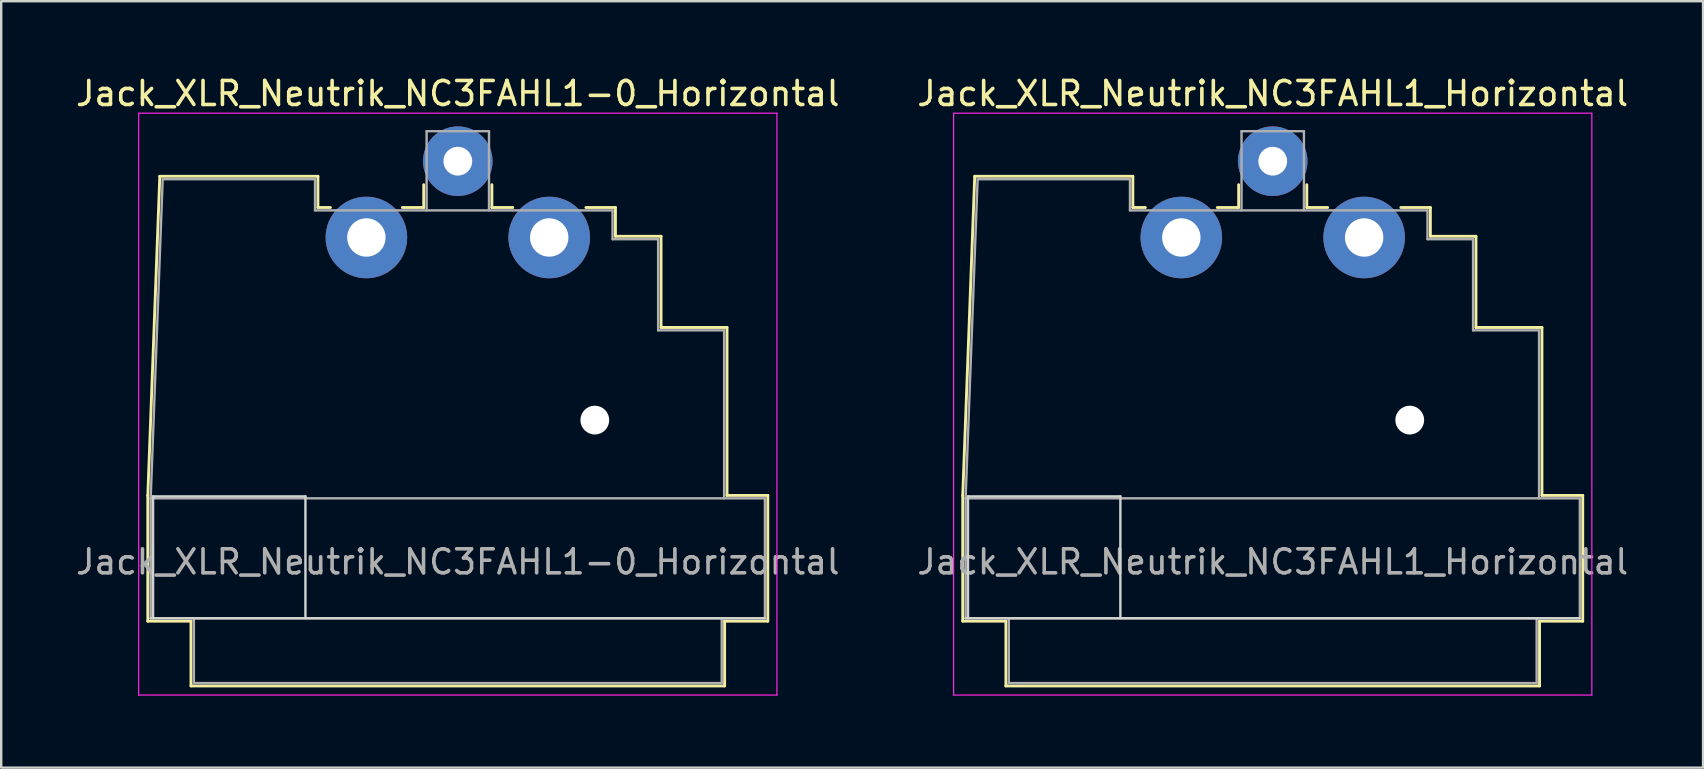
<source format=kicad_pcb>
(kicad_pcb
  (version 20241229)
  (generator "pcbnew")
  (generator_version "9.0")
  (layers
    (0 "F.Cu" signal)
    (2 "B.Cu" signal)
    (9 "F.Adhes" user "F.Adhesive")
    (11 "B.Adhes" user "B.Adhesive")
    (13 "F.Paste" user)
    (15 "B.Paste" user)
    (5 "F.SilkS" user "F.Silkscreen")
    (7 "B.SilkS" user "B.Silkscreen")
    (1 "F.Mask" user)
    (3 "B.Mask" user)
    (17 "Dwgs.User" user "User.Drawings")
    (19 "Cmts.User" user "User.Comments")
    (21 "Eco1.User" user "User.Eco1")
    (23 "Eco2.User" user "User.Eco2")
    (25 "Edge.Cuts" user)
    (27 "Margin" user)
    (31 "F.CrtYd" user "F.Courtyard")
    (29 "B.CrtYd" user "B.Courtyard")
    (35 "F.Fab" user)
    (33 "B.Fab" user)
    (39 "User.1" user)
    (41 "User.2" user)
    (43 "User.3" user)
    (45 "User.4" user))
  (footprint "Jack_XLR_Neutrik_NC3FAHL1-0_Horizontal"
    (layer "F.Cu")
    (at 12.22 6.848)
    (property "Reference" "Jack_XLR_Neutrik_NC3FAHL1-0_Horizontal" (at 3.81 -6 0) (layer "F.SilkS") (effects (font (size 1 1) (thickness 0.15))))
    (attr through_hole)
    (fp_line (start -9.11 10.75) (end -8.61 -2.55) (stroke (width 0.12) (type solid)) (layer "F.SilkS"))
    (fp_line (start -9.11 15.99) (end -9.11 10.75) (stroke (width 0.12) (type solid)) (layer "F.SilkS"))
    (fp_line (start -8.61 -2.55) (end -2.02 -2.55) (stroke (width 0.12) (type solid)) (layer "F.SilkS"))
    (fp_line (start -7.31 15.99) (end -9.11 15.99) (stroke (width 0.12) (type solid)) (layer "F.SilkS"))
    (fp_line (start -7.31 15.99) (end -7.31 18.69) (stroke (width 0.12) (type solid)) (layer "F.SilkS"))
    (fp_line (start -2.02 -2.55) (end -2.02 -1.25) (stroke (width 0.12) (type solid)) (layer "F.SilkS"))
    (fp_line (start -2.02 -1.25) (end -1.5 -1.25) (stroke (width 0.12) (type solid)) (layer "F.SilkS"))
    (fp_line (start 1.5 -1.25) (end 2.39 -1.25) (stroke (width 0.12) (type solid)) (layer "F.SilkS"))
    (fp_line (start 2.39 -1.25) (end 2.39 -2.2) (stroke (width 0.12) (type solid)) (layer "F.SilkS"))
    (fp_line (start 5.23 -1.25) (end 5.23 -2.2) (stroke (width 0.12) (type solid)) (layer "F.SilkS"))
    (fp_line (start 5.23 -1.25) (end 6.1 -1.25) (stroke (width 0.12) (type solid)) (layer "F.SilkS"))
    (fp_line (start 9.15 -1.25) (end 10.38 -1.25) (stroke (width 0.12) (type solid)) (layer "F.SilkS"))
    (fp_line (start 10.38 -0.05) (end 10.38 -1.25) (stroke (width 0.12) (type solid)) (layer "F.SilkS"))
    (fp_line (start 10.38 -0.05) (end 12.28 -0.05) (stroke (width 0.12) (type solid)) (layer "F.SilkS"))
    (fp_line (start 12.28 3.75) (end 12.28 -0.05) (stroke (width 0.12) (type solid)) (layer "F.SilkS"))
    (fp_line (start 12.28 3.75) (end 15.03 3.75) (stroke (width 0.12) (type solid)) (layer "F.SilkS"))
    (fp_line (start 14.93 15.99) (end 14.93 18.69) (stroke (width 0.12) (type solid)) (layer "F.SilkS"))
    (fp_line (start 14.93 18.69) (end -7.31 18.69) (stroke (width 0.12) (type solid)) (layer "F.SilkS"))
    (fp_line (start 15.03 10.75) (end 15.03 3.75) (stroke (width 0.12) (type solid)) (layer "F.SilkS"))
    (fp_line (start 15.03 10.75) (end 16.73 10.75) (stroke (width 0.12) (type solid)) (layer "F.SilkS"))
    (fp_line (start 16.73 15.99) (end 14.93 15.99) (stroke (width 0.12) (type solid)) (layer "F.SilkS"))
    (fp_line (start 16.73 15.99) (end 16.73 10.75) (stroke (width 0.12) (type solid)) (layer "F.SilkS"))
    (fp_line (start -8.89 10.79) (end -8.89 15.87) (stroke (width 0.1) (type solid)) (layer "Edge.Cuts"))
    (fp_line (start -2.54 10.79) (end -8.89 10.79) (stroke (width 0.1) (type solid)) (layer "Edge.Cuts"))
    (fp_line (start -2.54 15.87) (end -2.54 10.79) (stroke (width 0.1) (type solid)) (layer "Edge.Cuts"))
    (fp_line (start 16.61 15.87) (end -8.99 15.87) (stroke (width 0.1) (type solid)) (layer "Edge.Cuts"))
    (fp_line (start -9.49 19.07) (end -9.49 -5.18) (stroke (width 0.05) (type solid)) (layer "F.CrtYd"))
    (fp_line (start 17.11 -5.18) (end -9.49 -5.18) (stroke (width 0.05) (type solid)) (layer "F.CrtYd"))
    (fp_line (start 17.11 19.07) (end -9.49 19.07) (stroke (width 0.05) (type solid)) (layer "F.CrtYd"))
    (fp_line (start 17.11 19.07) (end 17.11 -5.18) (stroke (width 0.05) (type solid)) (layer "F.CrtYd"))
    (fp_line (start -8.99 10.87) (end 16.61 10.87) (stroke (width 0.1) (type solid)) (layer "F.Fab"))
    (fp_line (start -8.99 15.87) (end -8.99 10.87) (stroke (width 0.1) (type solid)) (layer "F.Fab"))
    (fp_line (start -8.49 -2.43) (end -8.99 10.87) (stroke (width 0.1) (type solid)) (layer "F.Fab"))
    (fp_line (start -8.49 -2.43) (end -2.14 -2.43) (stroke (width 0.1) (type solid)) (layer "F.Fab"))
    (fp_line (start -7.19 18.57) (end -7.19 15.87) (stroke (width 0.1) (type solid)) (layer "F.Fab"))
    (fp_line (start -2.14 -1.13) (end -2.14 -2.43) (stroke (width 0.1) (type solid)) (layer "F.Fab"))
    (fp_line (start -2.14 -1.13) (end 10.26 -1.13) (stroke (width 0.1) (type solid)) (layer "F.Fab"))
    (fp_line (start 2.51 -4.43) (end 2.51 -1.13) (stroke (width 0.1) (type solid)) (layer "F.Fab"))
    (fp_line (start 2.51 -4.43) (end 5.11 -4.43) (stroke (width 0.1) (type solid)) (layer "F.Fab"))
    (fp_line (start 5.11 -4.43) (end 5.11 -1.13) (stroke (width 0.1) (type solid)) (layer "F.Fab"))
    (fp_line (start 10.26 -1.13) (end 10.26 0.07) (stroke (width 0.1) (type solid)) (layer "F.Fab"))
    (fp_line (start 10.26 0.07) (end 12.16 0.07) (stroke (width 0.1) (type solid)) (layer "F.Fab"))
    (fp_line (start 12.16 0.07) (end 12.16 3.87) (stroke (width 0.1) (type solid)) (layer "F.Fab"))
    (fp_line (start 12.16 3.87) (end 14.91 3.87) (stroke (width 0.1) (type solid)) (layer "F.Fab"))
    (fp_line (start 14.81 15.87) (end 14.81 18.57) (stroke (width 0.1) (type solid)) (layer "F.Fab"))
    (fp_line (start 14.81 18.57) (end -7.19 18.57) (stroke (width 0.1) (type solid)) (layer "F.Fab"))
    (fp_line (start 14.91 3.87) (end 14.91 10.87) (stroke (width 0.1) (type solid)) (layer "F.Fab"))
    (fp_line (start 16.61 10.87) (end 16.61 15.87) (stroke (width 0.1) (type solid)) (layer "F.Fab"))
    (fp_line (start 16.61 15.87) (end -8.99 15.87) (stroke (width 0.1) (type solid)) (layer "F.Fab"))
    (fp_text user "${REFERENCE}" (at 3.81 13.52 0) (layer "F.Fab") (effects (font (size 1 1) (thickness 0.15))))
    (pad "" np_thru_hole circle (at 9.52 7.61) (size 1.2 1.2) (drill 1.2) (layers "*.Cu" "*.Mask"))
    (pad "1" thru_hole circle (at 0 0) (size 3.4 3.4) (drill 1.6) (layers "*.Cu" "*.Mask"))
    (pad "2" thru_hole circle (at 3.81 -3.18) (size 2.9 2.9) (drill 1.2) (layers "*.Cu" "*.Mask"))
    (pad "3" thru_hole circle (at 7.62 0) (size 3.4 3.4) (drill 1.6) (layers "*.Cu" "*.Mask")))
  (footprint "Jack_XLR_Neutrik_NC3FAHL1_Horizontal"
    (layer "F.Cu")
    (at 46.184 6.848)
    (property "Reference" "Jack_XLR_Neutrik_NC3FAHL1_Horizontal" (at 3.81 -6 0) (layer "F.SilkS") (effects (font (size 1 1) (thickness 0.15))))
    (attr through_hole)
    (fp_line (start -9.11 10.75) (end -8.61 -2.55) (stroke (width 0.12) (type solid)) (layer "F.SilkS"))
    (fp_line (start -9.11 15.99) (end -9.11 10.75) (stroke (width 0.12) (type solid)) (layer "F.SilkS"))
    (fp_line (start -8.61 -2.55) (end -2.02 -2.55) (stroke (width 0.12) (type solid)) (layer "F.SilkS"))
    (fp_line (start -7.31 15.99) (end -9.11 15.99) (stroke (width 0.12) (type solid)) (layer "F.SilkS"))
    (fp_line (start -7.31 15.99) (end -7.31 18.69) (stroke (width 0.12) (type solid)) (layer "F.SilkS"))
    (fp_line (start -2.02 -2.55) (end -2.02 -1.25) (stroke (width 0.12) (type solid)) (layer "F.SilkS"))
    (fp_line (start -2.02 -1.25) (end -1.5 -1.25) (stroke (width 0.12) (type solid)) (layer "F.SilkS"))
    (fp_line (start 1.5 -1.25) (end 2.39 -1.25) (stroke (width 0.12) (type solid)) (layer "F.SilkS"))
    (fp_line (start 2.39 -1.25) (end 2.39 -2.2) (stroke (width 0.12) (type solid)) (layer "F.SilkS"))
    (fp_line (start 5.23 -1.25) (end 5.23 -2.2) (stroke (width 0.12) (type solid)) (layer "F.SilkS"))
    (fp_line (start 5.23 -1.25) (end 6.1 -1.25) (stroke (width 0.12) (type solid)) (layer "F.SilkS"))
    (fp_line (start 9.15 -1.25) (end 10.38 -1.25) (stroke (width 0.12) (type solid)) (layer "F.SilkS"))
    (fp_line (start 10.38 -0.05) (end 10.38 -1.25) (stroke (width 0.12) (type solid)) (layer "F.SilkS"))
    (fp_line (start 10.38 -0.05) (end 12.28 -0.05) (stroke (width 0.12) (type solid)) (layer "F.SilkS"))
    (fp_line (start 12.28 3.75) (end 12.28 -0.05) (stroke (width 0.12) (type solid)) (layer "F.SilkS"))
    (fp_line (start 12.28 3.75) (end 15.03 3.75) (stroke (width 0.12) (type solid)) (layer "F.SilkS"))
    (fp_line (start 14.93 15.99) (end 14.93 18.69) (stroke (width 0.12) (type solid)) (layer "F.SilkS"))
    (fp_line (start 14.93 18.69) (end -7.31 18.69) (stroke (width 0.12) (type solid)) (layer "F.SilkS"))
    (fp_line (start 15.03 10.75) (end 15.03 3.75) (stroke (width 0.12) (type solid)) (layer "F.SilkS"))
    (fp_line (start 15.03 10.75) (end 16.73 10.75) (stroke (width 0.12) (type solid)) (layer "F.SilkS"))
    (fp_line (start 16.73 15.99) (end 14.93 15.99) (stroke (width 0.12) (type solid)) (layer "F.SilkS"))
    (fp_line (start 16.73 15.99) (end 16.73 10.75) (stroke (width 0.12) (type solid)) (layer "F.SilkS"))
    (fp_line (start -8.89 10.79) (end -8.89 15.87) (stroke (width 0.1) (type solid)) (layer "Edge.Cuts"))
    (fp_line (start -2.54 10.79) (end -8.89 10.79) (stroke (width 0.1) (type solid)) (layer "Edge.Cuts"))
    (fp_line (start -2.54 15.87) (end -2.54 10.79) (stroke (width 0.1) (type solid)) (layer "Edge.Cuts"))
    (fp_line (start 16.61 15.87) (end -8.99 15.87) (stroke (width 0.1) (type solid)) (layer "Edge.Cuts"))
    (fp_line (start -9.49 19.07) (end -9.49 -5.18) (stroke (width 0.05) (type solid)) (layer "F.CrtYd"))
    (fp_line (start 17.11 -5.18) (end -9.49 -5.18) (stroke (width 0.05) (type solid)) (layer "F.CrtYd"))
    (fp_line (start 17.11 19.07) (end -9.49 19.07) (stroke (width 0.05) (type solid)) (layer "F.CrtYd"))
    (fp_line (start 17.11 19.07) (end 17.11 -5.18) (stroke (width 0.05) (type solid)) (layer "F.CrtYd"))
    (fp_line (start -8.99 10.87) (end 16.61 10.87) (stroke (width 0.1) (type solid)) (layer "F.Fab"))
    (fp_line (start -8.99 15.87) (end -8.99 10.87) (stroke (width 0.1) (type solid)) (layer "F.Fab"))
    (fp_line (start -8.49 -2.43) (end -8.99 10.87) (stroke (width 0.1) (type solid)) (layer "F.Fab"))
    (fp_line (start -8.49 -2.43) (end -2.14 -2.43) (stroke (width 0.1) (type solid)) (layer "F.Fab"))
    (fp_line (start -7.19 18.57) (end -7.19 15.87) (stroke (width 0.1) (type solid)) (layer "F.Fab"))
    (fp_line (start -2.14 -1.13) (end -2.14 -2.43) (stroke (width 0.1) (type solid)) (layer "F.Fab"))
    (fp_line (start -2.14 -1.13) (end 10.26 -1.13) (stroke (width 0.1) (type solid)) (layer "F.Fab"))
    (fp_line (start 2.51 -4.43) (end 2.51 -1.13) (stroke (width 0.1) (type solid)) (layer "F.Fab"))
    (fp_line (start 2.51 -4.43) (end 5.11 -4.43) (stroke (width 0.1) (type solid)) (layer "F.Fab"))
    (fp_line (start 5.11 -4.43) (end 5.11 -1.13) (stroke (width 0.1) (type solid)) (layer "F.Fab"))
    (fp_line (start 10.26 -1.13) (end 10.26 0.07) (stroke (width 0.1) (type solid)) (layer "F.Fab"))
    (fp_line (start 10.26 0.07) (end 12.16 0.07) (stroke (width 0.1) (type solid)) (layer "F.Fab"))
    (fp_line (start 12.16 0.07) (end 12.16 3.87) (stroke (width 0.1) (type solid)) (layer "F.Fab"))
    (fp_line (start 12.16 3.87) (end 14.91 3.87) (stroke (width 0.1) (type solid)) (layer "F.Fab"))
    (fp_line (start 14.81 15.87) (end 14.81 18.57) (stroke (width 0.1) (type solid)) (layer "F.Fab"))
    (fp_line (start 14.81 18.57) (end -7.19 18.57) (stroke (width 0.1) (type solid)) (layer "F.Fab"))
    (fp_line (start 14.91 3.87) (end 14.91 10.87) (stroke (width 0.1) (type solid)) (layer "F.Fab"))
    (fp_line (start 16.61 10.87) (end 16.61 15.87) (stroke (width 0.1) (type solid)) (layer "F.Fab"))
    (fp_line (start 16.61 15.87) (end -8.99 15.87) (stroke (width 0.1) (type solid)) (layer "F.Fab"))
    (fp_text user "${REFERENCE}" (at 3.81 13.52 0) (layer "F.Fab") (effects (font (size 1 1) (thickness 0.15))))
    (pad "" np_thru_hole circle (at 9.52 7.61) (size 1.2 1.2) (drill 1.2) (layers "*.Cu" "*.Mask"))
    (pad "1" thru_hole circle (at 0 0) (size 3.4 3.4) (drill 1.6) (layers "*.Cu" "*.Mask"))
    (pad "2" thru_hole circle (at 3.81 -3.18) (size 2.9 2.9) (drill 1.2) (layers "*.Cu" "*.Mask"))
    (pad "3" thru_hole circle (at 7.62 0) (size 3.4 3.4) (drill 1.6) (layers "*.Cu" "*.Mask")))
  (gr_rect
    (start -3 -3)
    (end 67.929 28.943)
    (stroke (width 0.1) (type default))
    (fill no)
    (layer "Edge.Cuts")))
</source>
